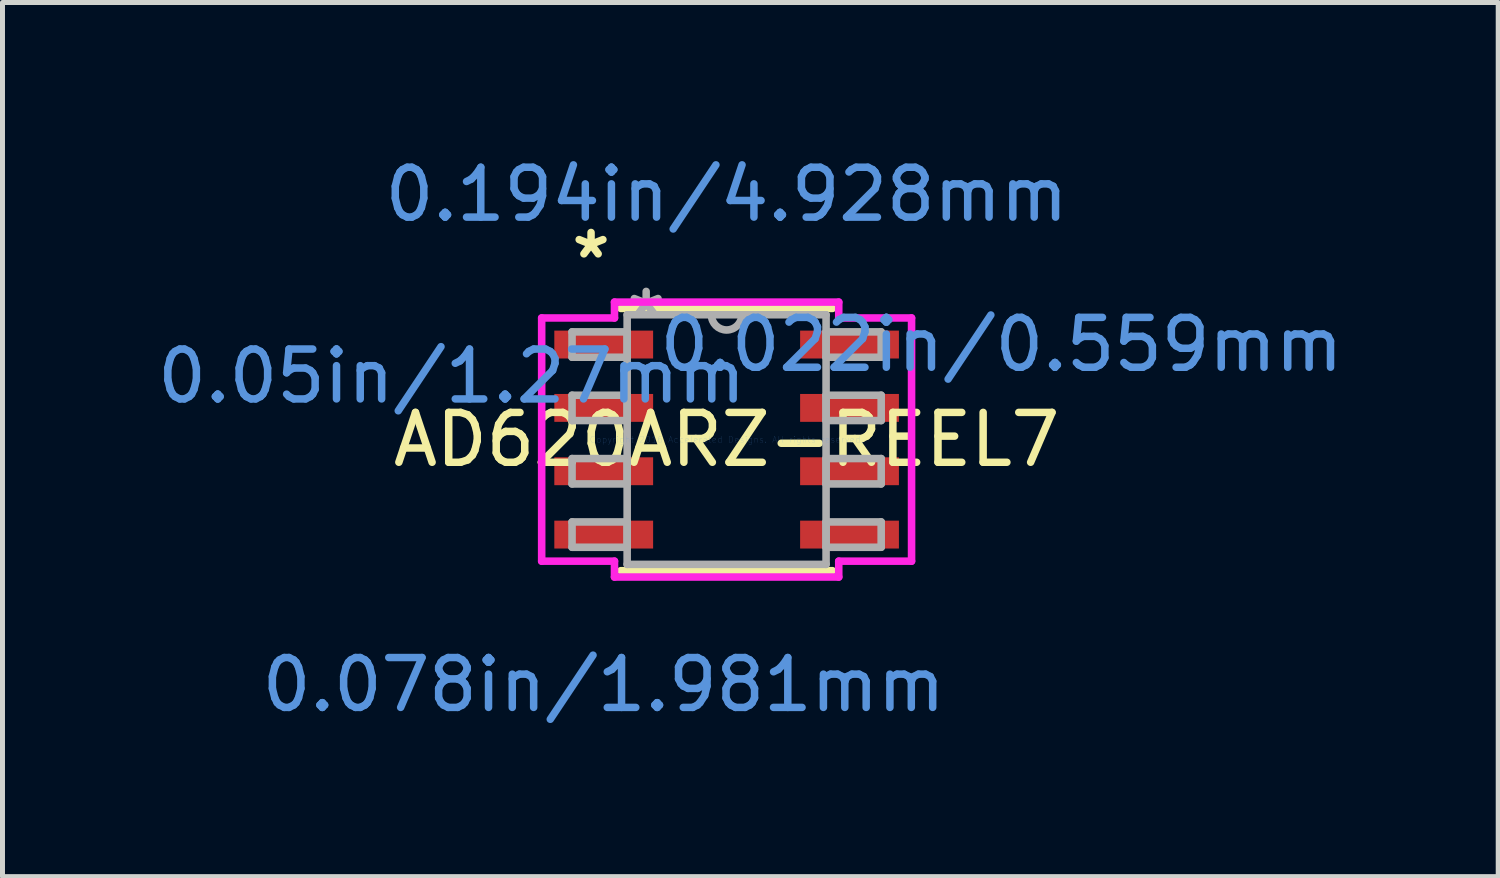
<source format=kicad_pcb>
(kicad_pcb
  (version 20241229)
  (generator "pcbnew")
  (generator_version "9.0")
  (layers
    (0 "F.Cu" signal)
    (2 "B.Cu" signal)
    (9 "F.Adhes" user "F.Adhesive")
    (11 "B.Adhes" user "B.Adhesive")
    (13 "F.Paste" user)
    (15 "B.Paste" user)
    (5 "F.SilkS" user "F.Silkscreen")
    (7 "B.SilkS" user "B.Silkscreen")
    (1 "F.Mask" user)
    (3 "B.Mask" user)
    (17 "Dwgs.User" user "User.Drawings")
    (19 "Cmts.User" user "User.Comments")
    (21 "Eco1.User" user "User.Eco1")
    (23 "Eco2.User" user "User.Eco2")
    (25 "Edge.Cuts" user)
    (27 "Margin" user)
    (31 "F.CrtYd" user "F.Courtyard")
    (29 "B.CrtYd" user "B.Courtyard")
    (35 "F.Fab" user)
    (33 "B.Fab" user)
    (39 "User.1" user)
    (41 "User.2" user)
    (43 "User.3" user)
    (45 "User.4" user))
  (footprint "AD620ARZ-REEL7"
    (layer "F.Cu")
    (at 11.518 5.763)
    (property "Reference" "AD620ARZ-REEL7" (at 0 0 0) (layer "F.SilkS") (effects (font (size 1 1) (thickness 0.15))))
    (attr through_hole)
    (fp_line (start -2.121 2.629) (end 2.121 2.629) (stroke (width 0.152) (type solid)) (layer "F.SilkS"))
    (fp_line (start 2.121 -2.629) (end -2.121 -2.629) (stroke (width 0.152) (type solid)) (layer "F.SilkS"))
    (fp_line (start -3.708 -2.438) (end -2.248 -2.438) (stroke (width 0.152) (type solid)) (layer "F.CrtYd"))
    (fp_line (start -3.708 2.438) (end -3.708 -2.438) (stroke (width 0.152) (type solid)) (layer "F.CrtYd"))
    (fp_line (start -3.708 2.438) (end -2.248 2.438) (stroke (width 0.152) (type solid)) (layer "F.CrtYd"))
    (fp_line (start -2.248 -2.756) (end 2.248 -2.756) (stroke (width 0.152) (type solid)) (layer "F.CrtYd"))
    (fp_line (start -2.248 -2.438) (end -2.248 -2.756) (stroke (width 0.152) (type solid)) (layer "F.CrtYd"))
    (fp_line (start -2.248 2.756) (end -2.248 2.438) (stroke (width 0.152) (type solid)) (layer "F.CrtYd"))
    (fp_line (start 2.248 -2.756) (end 2.248 -2.438) (stroke (width 0.152) (type solid)) (layer "F.CrtYd"))
    (fp_line (start 2.248 2.438) (end 2.248 2.756) (stroke (width 0.152) (type solid)) (layer "F.CrtYd"))
    (fp_line (start 2.248 2.756) (end -2.248 2.756) (stroke (width 0.152) (type solid)) (layer "F.CrtYd"))
    (fp_line (start 3.708 -2.438) (end 2.248 -2.438) (stroke (width 0.152) (type solid)) (layer "F.CrtYd"))
    (fp_line (start 3.708 -2.438) (end 3.708 2.438) (stroke (width 0.152) (type solid)) (layer "F.CrtYd"))
    (fp_line (start 3.708 2.438) (end 2.248 2.438) (stroke (width 0.152) (type solid)) (layer "F.CrtYd"))
    (fp_line (start -3.099 -2.159) (end -3.099 -1.651) (stroke (width 0.152) (type solid)) (layer "F.Fab"))
    (fp_line (start -3.099 -1.651) (end -1.994 -1.651) (stroke (width 0.152) (type solid)) (layer "F.Fab"))
    (fp_line (start -3.099 -0.889) (end -3.099 -0.381) (stroke (width 0.152) (type solid)) (layer "F.Fab"))
    (fp_line (start -3.099 -0.381) (end -1.994 -0.381) (stroke (width 0.152) (type solid)) (layer "F.Fab"))
    (fp_line (start -3.099 0.381) (end -3.099 0.889) (stroke (width 0.152) (type solid)) (layer "F.Fab"))
    (fp_line (start -3.099 0.889) (end -1.994 0.889) (stroke (width 0.152) (type solid)) (layer "F.Fab"))
    (fp_line (start -3.099 1.651) (end -3.099 2.159) (stroke (width 0.152) (type solid)) (layer "F.Fab"))
    (fp_line (start -3.099 2.159) (end -1.994 2.159) (stroke (width 0.152) (type solid)) (layer "F.Fab"))
    (fp_line (start -1.994 -2.502) (end -1.994 2.502) (stroke (width 0.152) (type solid)) (layer "F.Fab"))
    (fp_line (start -1.994 -2.159) (end -3.099 -2.159) (stroke (width 0.152) (type solid)) (layer "F.Fab"))
    (fp_line (start -1.994 -1.651) (end -1.994 -2.159) (stroke (width 0.152) (type solid)) (layer "F.Fab"))
    (fp_line (start -1.994 -0.889) (end -3.099 -0.889) (stroke (width 0.152) (type solid)) (layer "F.Fab"))
    (fp_line (start -1.994 -0.381) (end -1.994 -0.889) (stroke (width 0.152) (type solid)) (layer "F.Fab"))
    (fp_line (start -1.994 0.381) (end -3.099 0.381) (stroke (width 0.152) (type solid)) (layer "F.Fab"))
    (fp_line (start -1.994 0.889) (end -1.994 0.381) (stroke (width 0.152) (type solid)) (layer "F.Fab"))
    (fp_line (start -1.994 1.651) (end -3.099 1.651) (stroke (width 0.152) (type solid)) (layer "F.Fab"))
    (fp_line (start -1.994 2.159) (end -1.994 1.651) (stroke (width 0.152) (type solid)) (layer "F.Fab"))
    (fp_line (start -1.994 2.502) (end 1.994 2.502) (stroke (width 0.152) (type solid)) (layer "F.Fab"))
    (fp_line (start 1.994 -2.502) (end -1.994 -2.502) (stroke (width 0.152) (type solid)) (layer "F.Fab"))
    (fp_line (start 1.994 -2.159) (end 1.994 -1.651) (stroke (width 0.152) (type solid)) (layer "F.Fab"))
    (fp_line (start 1.994 -1.651) (end 3.099 -1.651) (stroke (width 0.152) (type solid)) (layer "F.Fab"))
    (fp_line (start 1.994 -0.889) (end 1.994 -0.381) (stroke (width 0.152) (type solid)) (layer "F.Fab"))
    (fp_line (start 1.994 -0.381) (end 3.099 -0.381) (stroke (width 0.152) (type solid)) (layer "F.Fab"))
    (fp_line (start 1.994 0.381) (end 1.994 0.889) (stroke (width 0.152) (type solid)) (layer "F.Fab"))
    (fp_line (start 1.994 0.889) (end 3.099 0.889) (stroke (width 0.152) (type solid)) (layer "F.Fab"))
    (fp_line (start 1.994 1.651) (end 1.994 2.159) (stroke (width 0.152) (type solid)) (layer "F.Fab"))
    (fp_line (start 1.994 2.159) (end 3.099 2.159) (stroke (width 0.152) (type solid)) (layer "F.Fab"))
    (fp_line (start 1.994 2.502) (end 1.994 -2.502) (stroke (width 0.152) (type solid)) (layer "F.Fab"))
    (fp_line (start 3.099 -2.159) (end 1.994 -2.159) (stroke (width 0.152) (type solid)) (layer "F.Fab"))
    (fp_line (start 3.099 -1.651) (end 3.099 -2.159) (stroke (width 0.152) (type solid)) (layer "F.Fab"))
    (fp_line (start 3.099 -0.889) (end 1.994 -0.889) (stroke (width 0.152) (type solid)) (layer "F.Fab"))
    (fp_line (start 3.099 -0.381) (end 3.099 -0.889) (stroke (width 0.152) (type solid)) (layer "F.Fab"))
    (fp_line (start 3.099 0.381) (end 1.994 0.381) (stroke (width 0.152) (type solid)) (layer "F.Fab"))
    (fp_line (start 3.099 0.889) (end 3.099 0.381) (stroke (width 0.152) (type solid)) (layer "F.Fab"))
    (fp_line (start 3.099 1.651) (end 1.994 1.651) (stroke (width 0.152) (type solid)) (layer "F.Fab"))
    (fp_line (start 3.099 2.159) (end 3.099 1.651) (stroke (width 0.152) (type solid)) (layer "F.Fab"))
    (fp_arc (start 0.3048 -2.5019) (mid 0 -2.1971) (end -0.3048 -2.5019) (stroke (width 0.1524) (type solid)) (layer "F.Fab"))
    (fp_text user "*" (at -2.718 -3.607 0) (layer "F.SilkS") (effects (font (size 1 1) (thickness 0.15))))
    (fp_text user "0.078in/1.981mm" (at -2.464 4.915 0) (layer "Cmts.User") (effects (font (size 1 1) (thickness 0.15))))
    (fp_text user "0.194in/4.928mm" (at 0 -4.915 0) (layer "Cmts.User") (effects (font (size 1 1) (thickness 0.15))))
    (fp_text user "Copyright 2016 Accelerated Designs. All rights reserved." (at 0 0 0) (layer "Cmts.User") (effects (font (size 0.127 0.127) (thickness 0.002))))
    (fp_text user "0.022in/0.559mm" (at 5.512 -1.905 0) (layer "Cmts.User") (effects (font (size 1 1) (thickness 0.15))))
    (fp_text user "0.05in/1.27mm" (at -5.512 -1.27 0) (layer "Cmts.User") (effects (font (size 1 1) (thickness 0.15))))
    (fp_text user "*" (at -1.613 -2.426 0) (layer "F.Fab") (effects (font (size 1 1) (thickness 0.15))))
    (pad "1" smd rect (at -2.464 -1.905) (size 1.981 0.559) (layers "F.Cu" "F.Mask" "F.Paste"))
    (pad "2" smd rect (at -2.464 -0.635) (size 1.981 0.559) (layers "F.Cu" "F.Mask" "F.Paste"))
    (pad "3" smd rect (at -2.464 0.635) (size 1.981 0.559) (layers "F.Cu" "F.Mask" "F.Paste"))
    (pad "4" smd rect (at -2.464 1.905) (size 1.981 0.559) (layers "F.Cu" "F.Mask" "F.Paste"))
    (pad "5" smd rect (at 2.464 1.905) (size 1.981 0.559) (layers "F.Cu" "F.Mask" "F.Paste"))
    (pad "6" smd rect (at 2.464 0.635) (size 1.981 0.559) (layers "F.Cu" "F.Mask" "F.Paste"))
    (pad "7" smd rect (at 2.464 -0.635) (size 1.981 0.559) (layers "F.Cu" "F.Mask" "F.Paste"))
    (pad "8" smd rect (at 2.464 -1.905) (size 1.981 0.559) (layers "F.Cu" "F.Mask" "F.Paste")))
  (gr_rect
    (start -3 -3)
    (end 26.988 14.526)
    (stroke (width 0.1) (type default))
    (fill no)
    (layer "Edge.Cuts")))
</source>
